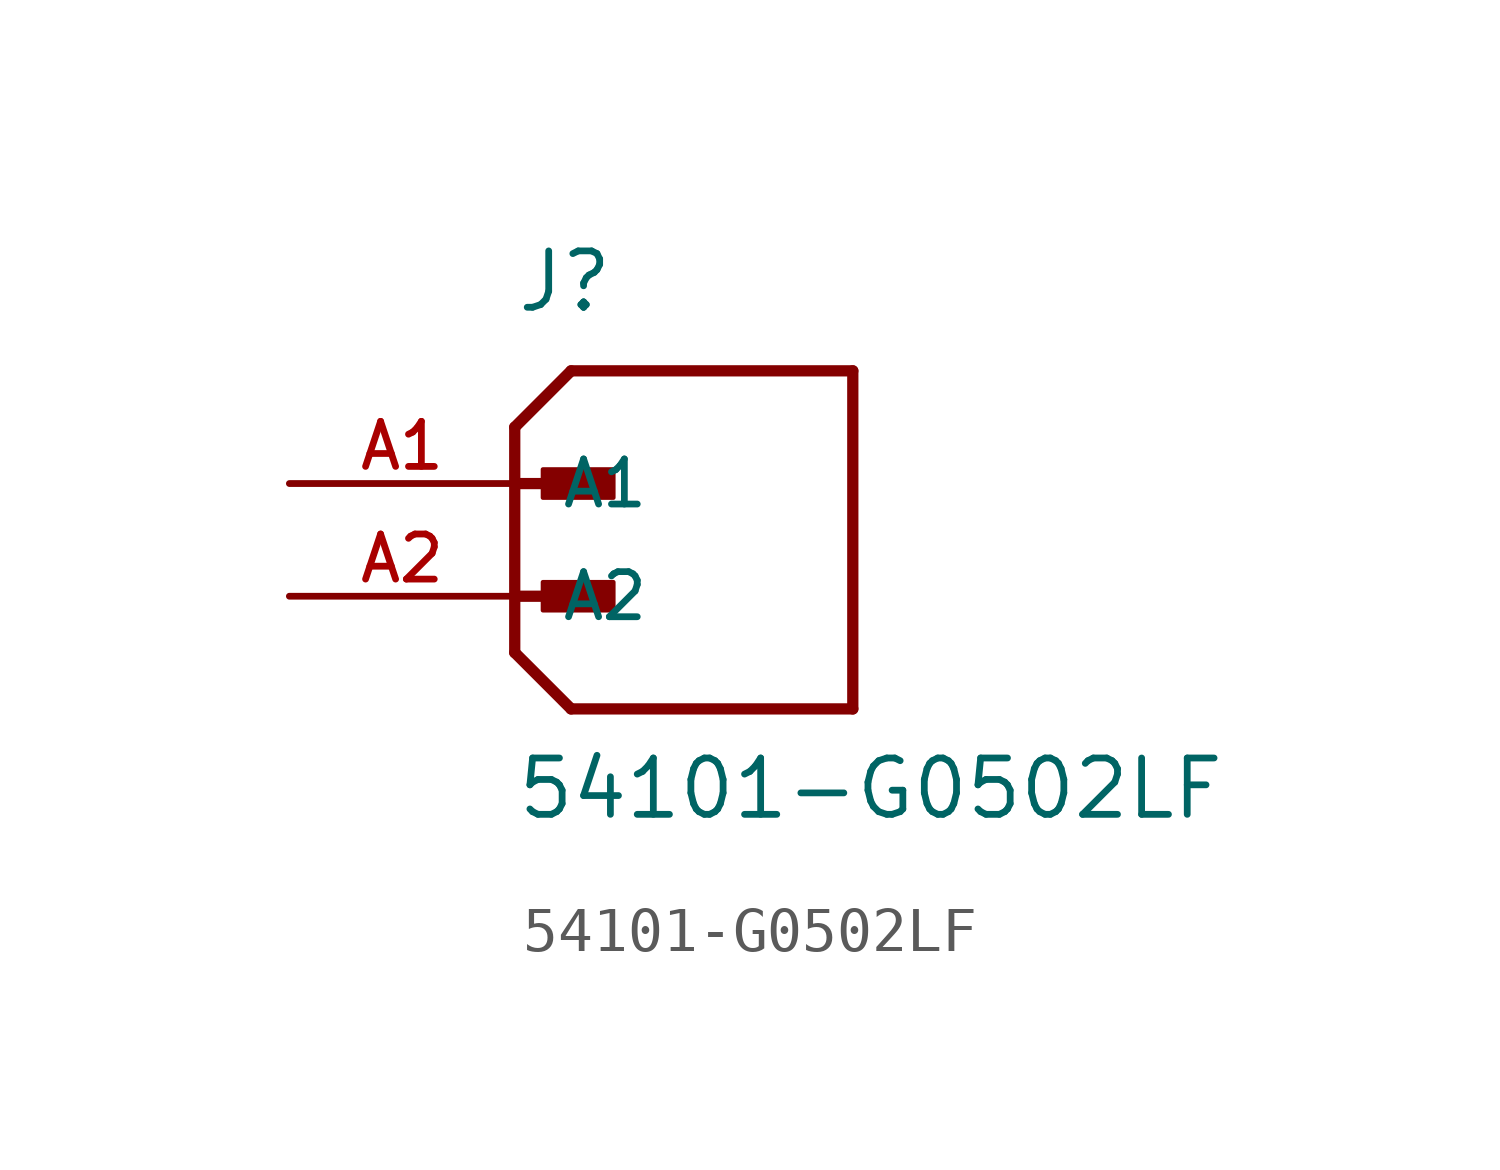
<source format=kicad_sym>
(kicad_symbol_lib
  (version 20211014)
  (generator kicad_symbol_editor)
  (symbol "54101-G0502LF"
    (pin_names
      (offset 1.016))
    (property "Reference" "J"
      (at 0.0 3.81 0)
      (effects (font (size 1.27 1.27)) (justify bottom left)))
    (property "Value" "54101-G0502LF"
      (at 0.0 -7.62 0)
      (effects (font (size 1.27 1.27)) (justify bottom left)))
    (symbol "54101-G0502LF_0_0"
      (polyline (pts (xy 0.0 1.27) (xy 1.27 2.54)) (stroke (width 0.254)))
      (polyline (pts (xy 0.0 1.27) (xy 0.0 0.0)) (stroke (width 0.254)))
      (polyline (pts (xy 0.0 0.0) (xy 0.0 -3.81)) (stroke (width 0.254)))
      (polyline (pts (xy 0.0 -3.81) (xy 1.27 -5.08)) (stroke (width 0.254)))
      (polyline (pts (xy 1.27 -5.08) (xy 7.62 -5.08)) (stroke (width 0.254)))
      (polyline (pts (xy 7.62 -5.08) (xy 7.62 2.54)) (stroke (width 0.254)))
      (polyline (pts (xy 7.62 2.54) (xy 1.27 2.54)) (stroke (width 0.254)))
      (polyline (pts (xy 0.0 0.0) (xy 1.905 0.0)) (stroke (width 0.254)))
      (rectangle (start 0.635 -0.318) (end 2.223 0.318) (stroke (width 0.1)) (fill (type outline)))
      (polyline (pts (xy 0.0 -2.54) (xy 1.905 -2.54)) (stroke (width 0.254)))
      (rectangle (start 0.635 -2.857) (end 2.223 -2.223) (stroke (width 0.1)) (fill (type outline)))
      (pin passive line (at -5.08 0.0 0) (length 5.08) (name "A1" (effects (font (size 1.016 1.016)))) (number "A1" (effects (font (size 1.016 1.016)))))
      (pin passive line (at -5.08 -2.54 0) (length 5.08) (name "A2" (effects (font (size 1.016 1.016)))) (number "A2" (effects (font (size 1.016 1.016))))))))
</source>
